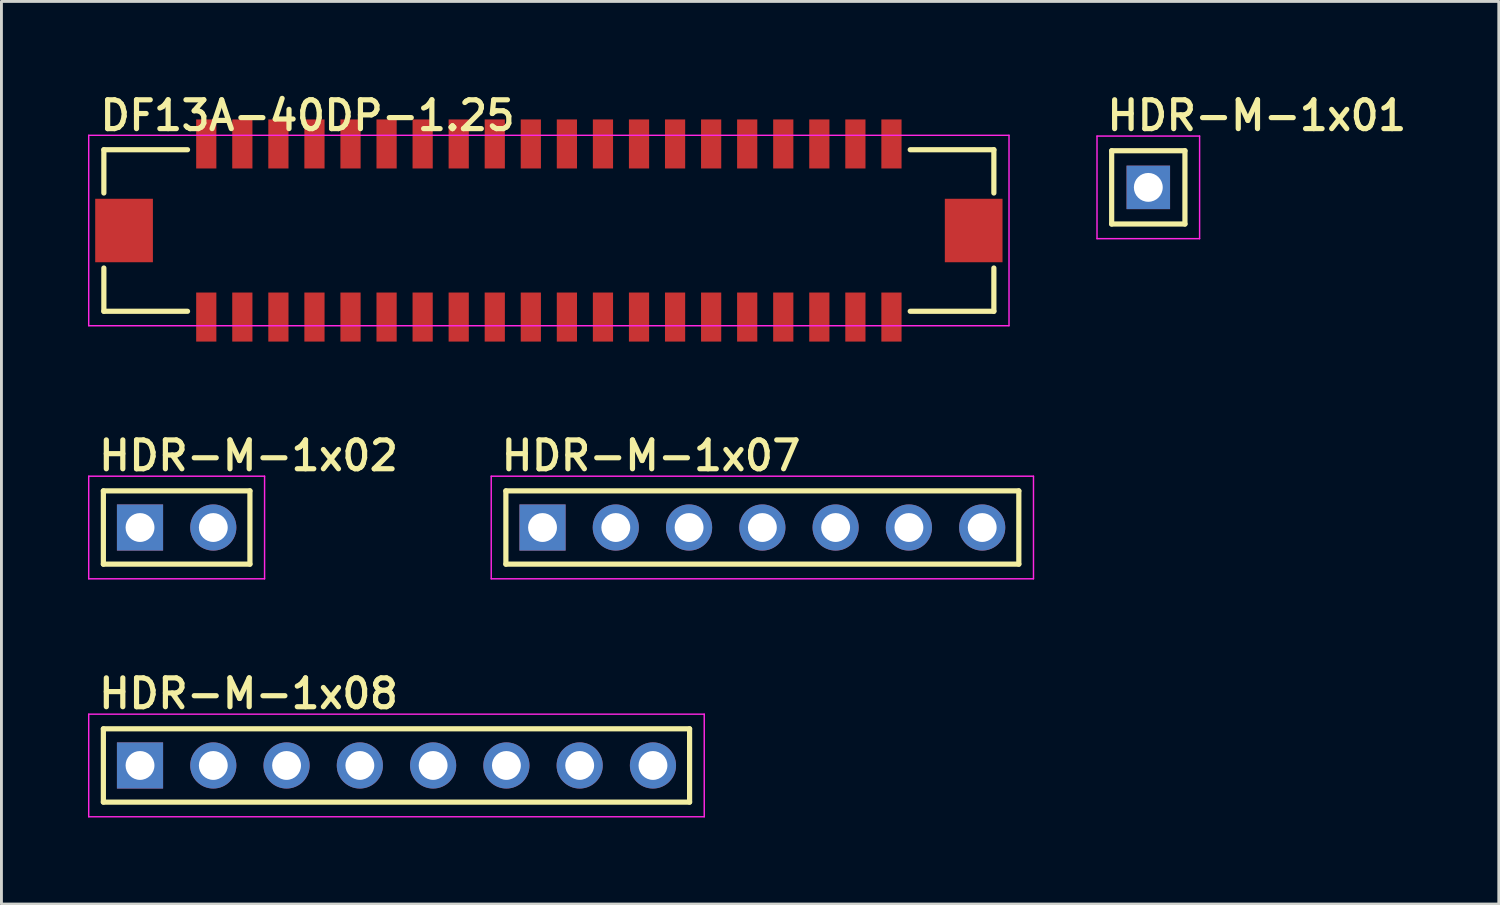
<source format=kicad_pcb>
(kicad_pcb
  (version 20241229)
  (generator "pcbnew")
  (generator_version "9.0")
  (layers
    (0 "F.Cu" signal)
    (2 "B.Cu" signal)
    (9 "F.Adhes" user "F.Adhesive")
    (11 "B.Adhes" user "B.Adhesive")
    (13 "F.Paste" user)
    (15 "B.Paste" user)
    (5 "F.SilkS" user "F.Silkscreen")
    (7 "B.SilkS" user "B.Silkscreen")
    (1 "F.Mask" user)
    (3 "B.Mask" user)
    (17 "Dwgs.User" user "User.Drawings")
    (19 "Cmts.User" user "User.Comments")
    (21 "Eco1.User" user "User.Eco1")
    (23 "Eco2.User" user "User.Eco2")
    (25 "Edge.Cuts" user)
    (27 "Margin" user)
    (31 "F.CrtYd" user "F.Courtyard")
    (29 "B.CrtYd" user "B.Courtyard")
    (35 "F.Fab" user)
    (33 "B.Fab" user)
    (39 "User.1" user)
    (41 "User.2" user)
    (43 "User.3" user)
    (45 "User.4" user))
  (footprint "HDR-M-1x01"
    (layer "F.Cu")
    (at 36.753 3.445)
    (property "Reference" "HDR-M-1x01" (at -1.524 -1.905 0) (layer "F.SilkS") (effects (font (size 1 1) (thickness 0.18)) (justify left bottom)))
    (attr through_hole)
    (fp_line (start -1.27 -1.27) (end 1.27 -1.27) (stroke (width 0.18) (type solid)) (layer "F.SilkS"))
    (fp_line (start -1.27 1.27) (end -1.27 -1.27) (stroke (width 0.18) (type solid)) (layer "F.SilkS"))
    (fp_line (start 1.27 -1.27) (end 1.27 1.27) (stroke (width 0.18) (type solid)) (layer "F.SilkS"))
    (fp_line (start 1.27 1.27) (end -1.27 1.27) (stroke (width 0.18) (type solid)) (layer "F.SilkS"))
    (fp_line (start -1.778 -1.778) (end 1.778 -1.778) (stroke (width 0.05) (type solid)) (layer "F.CrtYd"))
    (fp_line (start -1.778 1.778) (end -1.778 -1.778) (stroke (width 0.05) (type solid)) (layer "F.CrtYd"))
    (fp_line (start 1.778 -1.778) (end 1.778 1.778) (stroke (width 0.05) (type solid)) (layer "F.CrtYd"))
    (fp_line (start 1.778 1.778) (end -1.778 1.778) (stroke (width 0.05) (type solid)) (layer "F.CrtYd"))
    (pad "1" thru_hole rect (at 0 0) (size 1.508 1.508) (drill 1) (layers "*.Cu" "*.Mask")))
  (footprint "HDR-M-1x07"
    (layer "F.Cu")
    (at 23.375 15.235)
    (property "Reference" "HDR-M-1x07" (at -9.144 -1.905 0) (layer "F.SilkS") (effects (font (size 1 1) (thickness 0.18)) (justify left bottom)))
    (attr through_hole)
    (fp_line (start -8.89 -1.27) (end 8.89 -1.27) (stroke (width 0.18) (type solid)) (layer "F.SilkS"))
    (fp_line (start -8.89 1.27) (end -8.89 -1.27) (stroke (width 0.18) (type solid)) (layer "F.SilkS"))
    (fp_line (start 8.89 -1.27) (end 8.89 1.27) (stroke (width 0.18) (type solid)) (layer "F.SilkS"))
    (fp_line (start 8.89 1.27) (end -8.89 1.27) (stroke (width 0.18) (type solid)) (layer "F.SilkS"))
    (fp_line (start -9.398 -1.778) (end 9.398 -1.778) (stroke (width 0.05) (type solid)) (layer "F.CrtYd"))
    (fp_line (start -9.398 1.778) (end -9.398 -1.778) (stroke (width 0.05) (type solid)) (layer "F.CrtYd"))
    (fp_line (start 9.398 -1.778) (end 9.398 1.778) (stroke (width 0.05) (type solid)) (layer "F.CrtYd"))
    (fp_line (start 9.398 1.778) (end -9.398 1.778) (stroke (width 0.05) (type solid)) (layer "F.CrtYd"))
    (pad "1" thru_hole rect (at -7.62 0) (size 1.6 1.6) (drill 1) (layers "*.Cu" "*.Mask"))
    (pad "2" thru_hole circle (at -5.08 0) (size 1.6 1.6) (drill 1) (layers "*.Cu" "*.Mask"))
    (pad "3" thru_hole circle (at -2.54 0) (size 1.6 1.6) (drill 1) (layers "*.Cu" "*.Mask"))
    (pad "4" thru_hole circle (at 0 0) (size 1.6 1.6) (drill 1) (layers "*.Cu" "*.Mask"))
    (pad "5" thru_hole circle (at 2.54 0) (size 1.6 1.6) (drill 1) (layers "*.Cu" "*.Mask"))
    (pad "6" thru_hole circle (at 5.08 0) (size 1.6 1.6) (drill 1) (layers "*.Cu" "*.Mask"))
    (pad "7" thru_hole circle (at 7.62 0) (size 1.6 1.6) (drill 1) (layers "*.Cu" "*.Mask")))
  (footprint "DF13A-40DP-1.25"
    (layer "F.Cu")
    (at 15.975 4.94)
    (property "Reference" "DF13A-40DP-1.25" (at -15.65 -3.4 0) (layer "F.SilkS") (effects (font (size 1 1) (thickness 0.18)) (justify left bottom)))
    (attr through_hole)
    (fp_line (start -15.425 -2.8) (end -12.525 -2.8) (stroke (width 0.18) (type solid)) (layer "F.SilkS"))
    (fp_line (start -15.425 -1.3) (end -15.425 -2.8) (stroke (width 0.18) (type solid)) (layer "F.SilkS"))
    (fp_line (start -15.425 2.8) (end -15.425 1.3) (stroke (width 0.18) (type solid)) (layer "F.SilkS"))
    (fp_line (start -15.425 2.8) (end -12.525 2.8) (stroke (width 0.18) (type solid)) (layer "F.SilkS"))
    (fp_line (start 15.425 -2.8) (end 12.525 -2.8) (stroke (width 0.18) (type solid)) (layer "F.SilkS"))
    (fp_line (start 15.425 -2.8) (end 15.425 -1.3) (stroke (width 0.18) (type solid)) (layer "F.SilkS"))
    (fp_line (start 15.425 1.3) (end 15.425 2.8) (stroke (width 0.18) (type solid)) (layer "F.SilkS"))
    (fp_line (start 15.425 2.8) (end 12.525 2.8) (stroke (width 0.18) (type solid)) (layer "F.SilkS"))
    (fp_line (start -15.95 -3.3) (end 15.95 -3.3) (stroke (width 0.05) (type solid)) (layer "F.CrtYd"))
    (fp_line (start -15.95 3.3) (end -15.95 -3.3) (stroke (width 0.05) (type solid)) (layer "F.CrtYd"))
    (fp_line (start 15.95 -3.3) (end 15.95 3.3) (stroke (width 0.05) (type solid)) (layer "F.CrtYd"))
    (fp_line (start 15.95 3.3) (end -15.95 3.3) (stroke (width 0.05) (type solid)) (layer "F.CrtYd"))
    (pad "1" smd rect (at -11.875 -3) (size 0.7 1.7) (layers "F.Cu" "F.Mask" "F.Paste"))
    (pad "2" smd rect (at -11.875 3) (size 0.7 1.7) (layers "F.Cu" "F.Mask" "F.Paste"))
    (pad "3" smd rect (at -10.625 -3) (size 0.7 1.7) (layers "F.Cu" "F.Mask" "F.Paste"))
    (pad "4" smd rect (at -10.625 3) (size 0.7 1.7) (layers "F.Cu" "F.Mask" "F.Paste"))
    (pad "5" smd rect (at -9.375 -3) (size 0.7 1.7) (layers "F.Cu" "F.Mask" "F.Paste"))
    (pad "6" smd rect (at -9.375 3) (size 0.7 1.7) (layers "F.Cu" "F.Mask" "F.Paste"))
    (pad "7" smd rect (at -8.125 -3) (size 0.7 1.7) (layers "F.Cu" "F.Mask" "F.Paste"))
    (pad "8" smd rect (at -8.125 3) (size 0.7 1.7) (layers "F.Cu" "F.Mask" "F.Paste"))
    (pad "9" smd rect (at -6.875 -3) (size 0.7 1.7) (layers "F.Cu" "F.Mask" "F.Paste"))
    (pad "10" smd rect (at -6.875 3) (size 0.7 1.7) (layers "F.Cu" "F.Mask" "F.Paste"))
    (pad "11" smd rect (at -5.625 -3) (size 0.7 1.7) (layers "F.Cu" "F.Mask" "F.Paste"))
    (pad "12" smd rect (at -5.625 3) (size 0.7 1.7) (layers "F.Cu" "F.Mask" "F.Paste"))
    (pad "13" smd rect (at -4.375 -3) (size 0.7 1.7) (layers "F.Cu" "F.Mask" "F.Paste"))
    (pad "14" smd rect (at -4.375 3) (size 0.7 1.7) (layers "F.Cu" "F.Mask" "F.Paste"))
    (pad "15" smd rect (at -3.125 -3) (size 0.7 1.7) (layers "F.Cu" "F.Mask" "F.Paste"))
    (pad "16" smd rect (at -3.125 3) (size 0.7 1.7) (layers "F.Cu" "F.Mask" "F.Paste"))
    (pad "17" smd rect (at -1.875 -3) (size 0.7 1.7) (layers "F.Cu" "F.Mask" "F.Paste"))
    (pad "18" smd rect (at -1.875 3) (size 0.7 1.7) (layers "F.Cu" "F.Mask" "F.Paste"))
    (pad "19" smd rect (at -0.625 -3) (size 0.7 1.7) (layers "F.Cu" "F.Mask" "F.Paste"))
    (pad "20" smd rect (at -0.625 3) (size 0.7 1.7) (layers "F.Cu" "F.Mask" "F.Paste"))
    (pad "21" smd rect (at 0.625 -3) (size 0.7 1.7) (layers "F.Cu" "F.Mask" "F.Paste"))
    (pad "22" smd rect (at 0.625 3) (size 0.7 1.7) (layers "F.Cu" "F.Mask" "F.Paste"))
    (pad "23" smd rect (at 1.875 -3) (size 0.7 1.7) (layers "F.Cu" "F.Mask" "F.Paste"))
    (pad "24" smd rect (at 1.875 3) (size 0.7 1.7) (layers "F.Cu" "F.Mask" "F.Paste"))
    (pad "25" smd rect (at 3.125 -3) (size 0.7 1.7) (layers "F.Cu" "F.Mask" "F.Paste"))
    (pad "26" smd rect (at 3.125 3) (size 0.7 1.7) (layers "F.Cu" "F.Mask" "F.Paste"))
    (pad "27" smd rect (at 4.375 -3) (size 0.7 1.7) (layers "F.Cu" "F.Mask" "F.Paste"))
    (pad "28" smd rect (at 4.375 3) (size 0.7 1.7) (layers "F.Cu" "F.Mask" "F.Paste"))
    (pad "29" smd rect (at 5.625 -3) (size 0.7 1.7) (layers "F.Cu" "F.Mask" "F.Paste"))
    (pad "30" smd rect (at 5.625 3) (size 0.7 1.7) (layers "F.Cu" "F.Mask" "F.Paste"))
    (pad "31" smd rect (at 6.875 -3) (size 0.7 1.7) (layers "F.Cu" "F.Mask" "F.Paste"))
    (pad "32" smd rect (at 6.875 3) (size 0.7 1.7) (layers "F.Cu" "F.Mask" "F.Paste"))
    (pad "33" smd rect (at 8.125 -3) (size 0.7 1.7) (layers "F.Cu" "F.Mask" "F.Paste"))
    (pad "34" smd rect (at 8.125 3) (size 0.7 1.7) (layers "F.Cu" "F.Mask" "F.Paste"))
    (pad "35" smd rect (at 9.375 -3) (size 0.7 1.7) (layers "F.Cu" "F.Mask" "F.Paste"))
    (pad "36" smd rect (at 9.375 3) (size 0.7 1.7) (layers "F.Cu" "F.Mask" "F.Paste"))
    (pad "37" smd rect (at 10.625 -3) (size 0.7 1.7) (layers "F.Cu" "F.Mask" "F.Paste"))
    (pad "38" smd rect (at 10.625 3) (size 0.7 1.7) (layers "F.Cu" "F.Mask" "F.Paste"))
    (pad "39" smd rect (at 11.875 -3) (size 0.7 1.7) (layers "F.Cu" "F.Mask" "F.Paste"))
    (pad "40" smd rect (at 11.875 3) (size 0.7 1.7) (layers "F.Cu" "F.Mask" "F.Paste"))
    (pad "PAD" smd rect (at -14.725 0) (size 2 2.2) (layers "F.Cu" "F.Mask" "F.Paste"))
    (pad "PAD" smd rect (at 14.725 0) (size 2 2.2) (layers "F.Cu" "F.Mask" "F.Paste")))
  (footprint "HDR-M-1x08"
    (layer "F.Cu")
    (at 10.693 23.483)
    (property "Reference" "HDR-M-1x08" (at -10.414 -1.905 0) (layer "F.SilkS") (effects (font (size 1 1) (thickness 0.18)) (justify left bottom)))
    (attr through_hole)
    (fp_line (start -10.16 -1.27) (end 10.16 -1.27) (stroke (width 0.18) (type solid)) (layer "F.SilkS"))
    (fp_line (start -10.16 1.27) (end -10.16 -1.27) (stroke (width 0.18) (type solid)) (layer "F.SilkS"))
    (fp_line (start 10.16 -1.27) (end 10.16 1.27) (stroke (width 0.18) (type solid)) (layer "F.SilkS"))
    (fp_line (start 10.16 1.27) (end -10.16 1.27) (stroke (width 0.18) (type solid)) (layer "F.SilkS"))
    (fp_line (start -10.668 -1.778) (end 10.668 -1.778) (stroke (width 0.05) (type solid)) (layer "F.CrtYd"))
    (fp_line (start -10.668 1.778) (end -10.668 -1.778) (stroke (width 0.05) (type solid)) (layer "F.CrtYd"))
    (fp_line (start 10.668 -1.778) (end 10.668 1.778) (stroke (width 0.05) (type solid)) (layer "F.CrtYd"))
    (fp_line (start 10.668 1.778) (end -10.668 1.778) (stroke (width 0.05) (type solid)) (layer "F.CrtYd"))
    (pad "1" thru_hole rect (at -8.89 0) (size 1.6 1.6) (drill 1) (layers "*.Cu" "*.Mask"))
    (pad "2" thru_hole circle (at -6.35 0) (size 1.6 1.6) (drill 1) (layers "*.Cu" "*.Mask"))
    (pad "3" thru_hole circle (at -3.81 0) (size 1.6 1.6) (drill 1) (layers "*.Cu" "*.Mask"))
    (pad "4" thru_hole circle (at -1.27 0) (size 1.6 1.6) (drill 1) (layers "*.Cu" "*.Mask"))
    (pad "5" thru_hole circle (at 1.27 0) (size 1.6 1.6) (drill 1) (layers "*.Cu" "*.Mask"))
    (pad "6" thru_hole circle (at 3.81 0) (size 1.6 1.6) (drill 1) (layers "*.Cu" "*.Mask"))
    (pad "7" thru_hole circle (at 6.35 0) (size 1.6 1.6) (drill 1) (layers "*.Cu" "*.Mask"))
    (pad "8" thru_hole circle (at 8.89 0) (size 1.6 1.6) (drill 1) (layers "*.Cu" "*.Mask")))
  (footprint "HDR-M-1x02"
    (layer "F.Cu")
    (at 3.073 15.235)
    (property "Reference" "HDR-M-1x02" (at -2.794 -1.905 0) (layer "F.SilkS") (effects (font (size 1 1) (thickness 0.18)) (justify left bottom)))
    (attr through_hole)
    (fp_line (start -2.54 -1.27) (end 2.54 -1.27) (stroke (width 0.18) (type solid)) (layer "F.SilkS"))
    (fp_line (start -2.54 1.27) (end -2.54 -1.27) (stroke (width 0.18) (type solid)) (layer "F.SilkS"))
    (fp_line (start 2.54 -1.27) (end 2.54 1.27) (stroke (width 0.18) (type solid)) (layer "F.SilkS"))
    (fp_line (start 2.54 1.27) (end -2.54 1.27) (stroke (width 0.18) (type solid)) (layer "F.SilkS"))
    (fp_line (start -3.048 -1.778) (end 3.048 -1.778) (stroke (width 0.05) (type solid)) (layer "F.CrtYd"))
    (fp_line (start -3.048 1.778) (end -3.048 -1.778) (stroke (width 0.05) (type solid)) (layer "F.CrtYd"))
    (fp_line (start 3.048 -1.778) (end 3.048 1.778) (stroke (width 0.05) (type solid)) (layer "F.CrtYd"))
    (fp_line (start 3.048 1.778) (end -3.048 1.778) (stroke (width 0.05) (type solid)) (layer "F.CrtYd"))
    (pad "1" thru_hole rect (at -1.27 0) (size 1.6 1.6) (drill 1) (layers "*.Cu" "*.Mask"))
    (pad "2" thru_hole circle (at 1.27 0) (size 1.6 1.6) (drill 1) (layers "*.Cu" "*.Mask")))
  (gr_rect
    (start -3 -3)
    (end 48.902 28.286)
    (stroke (width 0.1) (type default))
    (fill no)
    (layer "Edge.Cuts")))
</source>
